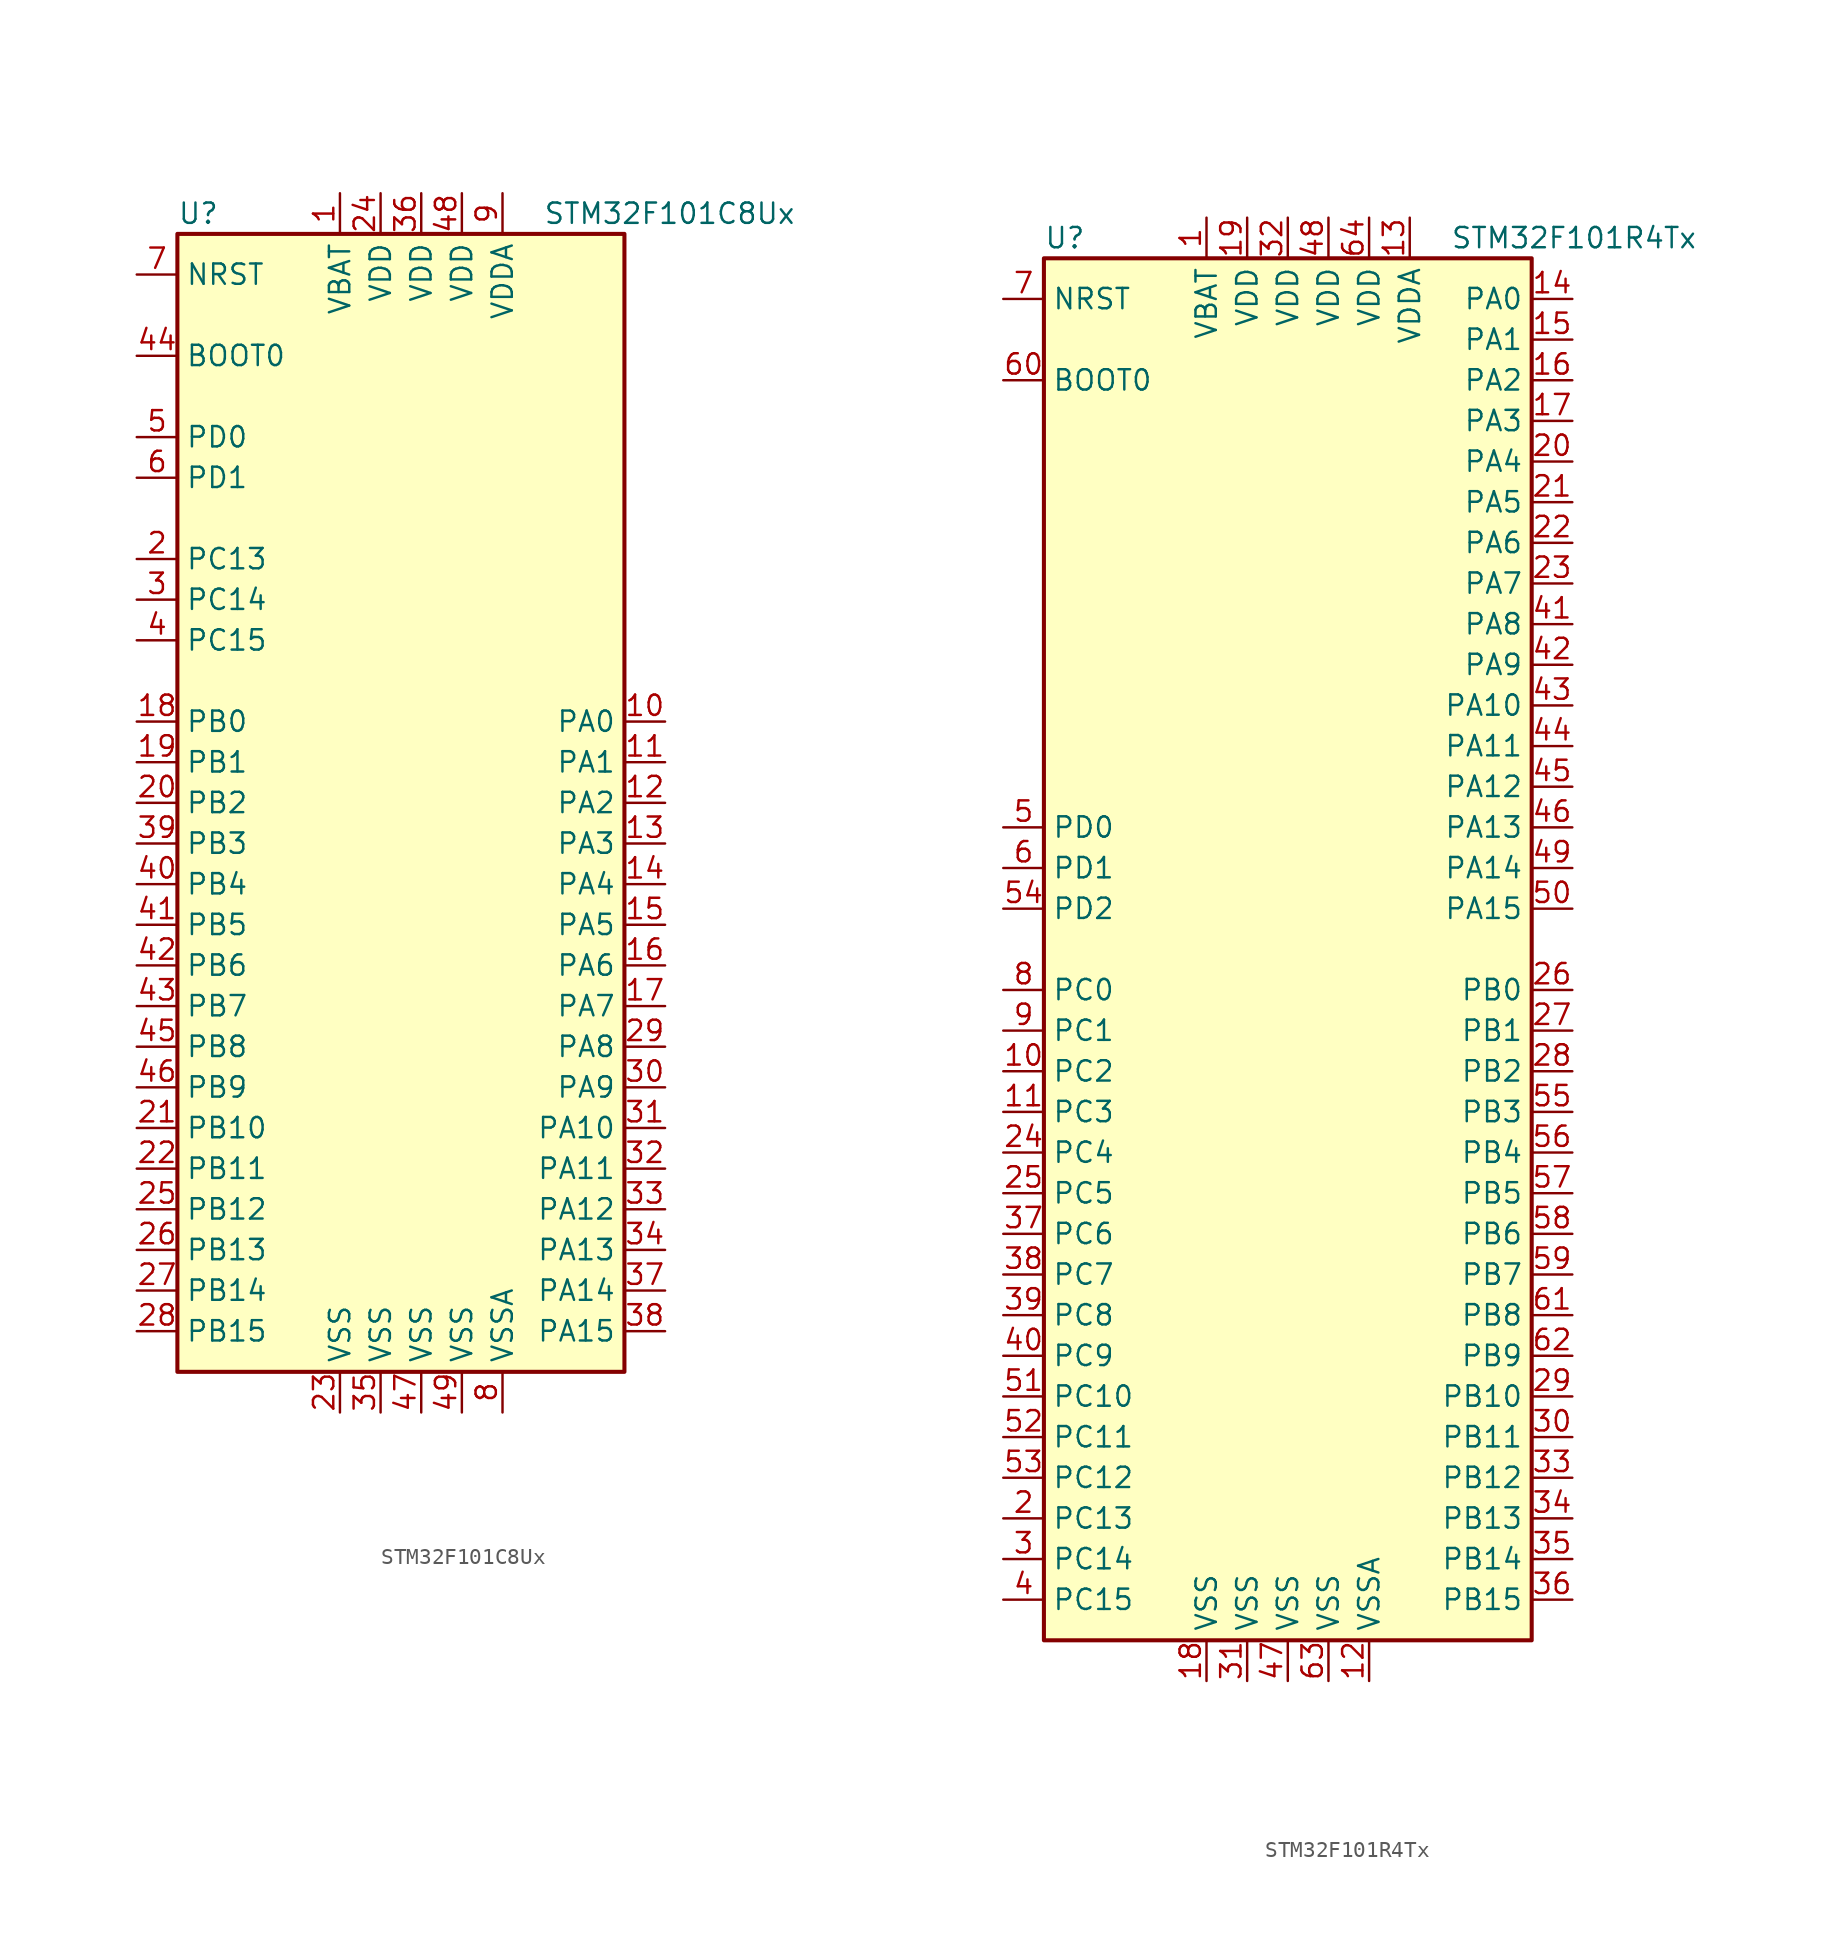
<source format=kicad_sym>
(kicad_symbol_lib
  (version 20201005)
  (generator kicad_symbol_editor)
  (symbol "STM32F101C8Ux"
    (property "Reference" "U"
      (at -15.24 36.83 0)
      (effects (font (size 1.27 1.27)) (justify left)))
    (property "Value" "STM32F101C8Ux"
      (at 7.62 36.83 0)
      (effects (font (size 1.27 1.27)) (justify left)))
    (symbol "STM32F101C8Ux_0_1"
      (rectangle (start -15.24 -35.56) (end 12.7 35.56) (stroke (width 0.254)) (fill (type background))))
    (symbol "STM32F101C8Ux_1_1"
      (pin input line (at -17.78 27.94 0) (length 2.54) (name "BOOT0" (effects (font (size 1.27 1.27)))) (number "44" (effects (font (size 1.27 1.27)))))
      (pin input line (at -17.78 33.02 0) (length 2.54) (name "NRST" (effects (font (size 1.27 1.27)))) (number "7" (effects (font (size 1.27 1.27)))))
      (pin bidirectional line (at 15.24 5.08 180) (length 2.54) (name "PA0" (effects (font (size 1.27 1.27)))) (number "10" (effects (font (size 1.27 1.27)))))
      (pin bidirectional line (at 15.24 2.54 180) (length 2.54) (name "PA1" (effects (font (size 1.27 1.27)))) (number "11" (effects (font (size 1.27 1.27)))))
      (pin bidirectional line (at 15.24 -20.32 180) (length 2.54) (name "PA10" (effects (font (size 1.27 1.27)))) (number "31" (effects (font (size 1.27 1.27)))))
      (pin bidirectional line (at 15.24 -22.86 180) (length 2.54) (name "PA11" (effects (font (size 1.27 1.27)))) (number "32" (effects (font (size 1.27 1.27)))))
      (pin bidirectional line (at 15.24 -25.4 180) (length 2.54) (name "PA12" (effects (font (size 1.27 1.27)))) (number "33" (effects (font (size 1.27 1.27)))))
      (pin bidirectional line (at 15.24 -27.94 180) (length 2.54) (name "PA13" (effects (font (size 1.27 1.27)))) (number "34" (effects (font (size 1.27 1.27)))))
      (pin bidirectional line (at 15.24 -30.48 180) (length 2.54) (name "PA14" (effects (font (size 1.27 1.27)))) (number "37" (effects (font (size 1.27 1.27)))))
      (pin bidirectional line (at 15.24 -33.02 180) (length 2.54) (name "PA15" (effects (font (size 1.27 1.27)))) (number "38" (effects (font (size 1.27 1.27)))))
      (pin bidirectional line (at 15.24 0 180) (length 2.54) (name "PA2" (effects (font (size 1.27 1.27)))) (number "12" (effects (font (size 1.27 1.27)))))
      (pin bidirectional line (at 15.24 -2.54 180) (length 2.54) (name "PA3" (effects (font (size 1.27 1.27)))) (number "13" (effects (font (size 1.27 1.27)))))
      (pin bidirectional line (at 15.24 -5.08 180) (length 2.54) (name "PA4" (effects (font (size 1.27 1.27)))) (number "14" (effects (font (size 1.27 1.27)))))
      (pin bidirectional line (at 15.24 -7.62 180) (length 2.54) (name "PA5" (effects (font (size 1.27 1.27)))) (number "15" (effects (font (size 1.27 1.27)))))
      (pin bidirectional line (at 15.24 -10.16 180) (length 2.54) (name "PA6" (effects (font (size 1.27 1.27)))) (number "16" (effects (font (size 1.27 1.27)))))
      (pin bidirectional line (at 15.24 -12.7 180) (length 2.54) (name "PA7" (effects (font (size 1.27 1.27)))) (number "17" (effects (font (size 1.27 1.27)))))
      (pin bidirectional line (at 15.24 -15.24 180) (length 2.54) (name "PA8" (effects (font (size 1.27 1.27)))) (number "29" (effects (font (size 1.27 1.27)))))
      (pin bidirectional line (at 15.24 -17.78 180) (length 2.54) (name "PA9" (effects (font (size 1.27 1.27)))) (number "30" (effects (font (size 1.27 1.27)))))
      (pin bidirectional line (at -17.78 5.08 0) (length 2.54) (name "PB0" (effects (font (size 1.27 1.27)))) (number "18" (effects (font (size 1.27 1.27)))))
      (pin bidirectional line (at -17.78 2.54 0) (length 2.54) (name "PB1" (effects (font (size 1.27 1.27)))) (number "19" (effects (font (size 1.27 1.27)))))
      (pin bidirectional line (at -17.78 -20.32 0) (length 2.54) (name "PB10" (effects (font (size 1.27 1.27)))) (number "21" (effects (font (size 1.27 1.27)))))
      (pin bidirectional line (at -17.78 -22.86 0) (length 2.54) (name "PB11" (effects (font (size 1.27 1.27)))) (number "22" (effects (font (size 1.27 1.27)))))
      (pin bidirectional line (at -17.78 -25.4 0) (length 2.54) (name "PB12" (effects (font (size 1.27 1.27)))) (number "25" (effects (font (size 1.27 1.27)))))
      (pin bidirectional line (at -17.78 -27.94 0) (length 2.54) (name "PB13" (effects (font (size 1.27 1.27)))) (number "26" (effects (font (size 1.27 1.27)))))
      (pin bidirectional line (at -17.78 -30.48 0) (length 2.54) (name "PB14" (effects (font (size 1.27 1.27)))) (number "27" (effects (font (size 1.27 1.27)))))
      (pin bidirectional line (at -17.78 -33.02 0) (length 2.54) (name "PB15" (effects (font (size 1.27 1.27)))) (number "28" (effects (font (size 1.27 1.27)))))
      (pin bidirectional line (at -17.78 0 0) (length 2.54) (name "PB2" (effects (font (size 1.27 1.27)))) (number "20" (effects (font (size 1.27 1.27)))))
      (pin bidirectional line (at -17.78 -2.54 0) (length 2.54) (name "PB3" (effects (font (size 1.27 1.27)))) (number "39" (effects (font (size 1.27 1.27)))))
      (pin bidirectional line (at -17.78 -5.08 0) (length 2.54) (name "PB4" (effects (font (size 1.27 1.27)))) (number "40" (effects (font (size 1.27 1.27)))))
      (pin bidirectional line (at -17.78 -7.62 0) (length 2.54) (name "PB5" (effects (font (size 1.27 1.27)))) (number "41" (effects (font (size 1.27 1.27)))))
      (pin bidirectional line (at -17.78 -10.16 0) (length 2.54) (name "PB6" (effects (font (size 1.27 1.27)))) (number "42" (effects (font (size 1.27 1.27)))))
      (pin bidirectional line (at -17.78 -12.7 0) (length 2.54) (name "PB7" (effects (font (size 1.27 1.27)))) (number "43" (effects (font (size 1.27 1.27)))))
      (pin bidirectional line (at -17.78 -15.24 0) (length 2.54) (name "PB8" (effects (font (size 1.27 1.27)))) (number "45" (effects (font (size 1.27 1.27)))))
      (pin bidirectional line (at -17.78 -17.78 0) (length 2.54) (name "PB9" (effects (font (size 1.27 1.27)))) (number "46" (effects (font (size 1.27 1.27)))))
      (pin bidirectional line (at -17.78 15.24 0) (length 2.54) (name "PC13" (effects (font (size 1.27 1.27)))) (number "2" (effects (font (size 1.27 1.27)))))
      (pin bidirectional line (at -17.78 12.7 0) (length 2.54) (name "PC14" (effects (font (size 1.27 1.27)))) (number "3" (effects (font (size 1.27 1.27)))))
      (pin bidirectional line (at -17.78 10.16 0) (length 2.54) (name "PC15" (effects (font (size 1.27 1.27)))) (number "4" (effects (font (size 1.27 1.27)))))
      (pin input line (at -17.78 22.86 0) (length 2.54) (name "PD0" (effects (font (size 1.27 1.27)))) (number "5" (effects (font (size 1.27 1.27)))))
      (pin input line (at -17.78 20.32 0) (length 2.54) (name "PD1" (effects (font (size 1.27 1.27)))) (number "6" (effects (font (size 1.27 1.27)))))
      (pin power_in line (at -5.08 38.1 270) (length 2.54) (name "VBAT" (effects (font (size 1.27 1.27)))) (number "1" (effects (font (size 1.27 1.27)))))
      (pin power_in line (at -2.54 38.1 270) (length 2.54) (name "VDD" (effects (font (size 1.27 1.27)))) (number "24" (effects (font (size 1.27 1.27)))))
      (pin power_in line (at 0 38.1 270) (length 2.54) (name "VDD" (effects (font (size 1.27 1.27)))) (number "36" (effects (font (size 1.27 1.27)))))
      (pin power_in line (at 2.54 38.1 270) (length 2.54) (name "VDD" (effects (font (size 1.27 1.27)))) (number "48" (effects (font (size 1.27 1.27)))))
      (pin power_in line (at 5.08 38.1 270) (length 2.54) (name "VDDA" (effects (font (size 1.27 1.27)))) (number "9" (effects (font (size 1.27 1.27)))))
      (pin power_in line (at -5.08 -38.1 90) (length 2.54) (name "VSS" (effects (font (size 1.27 1.27)))) (number "23" (effects (font (size 1.27 1.27)))))
      (pin power_in line (at -2.54 -38.1 90) (length 2.54) (name "VSS" (effects (font (size 1.27 1.27)))) (number "35" (effects (font (size 1.27 1.27)))))
      (pin power_in line (at 0 -38.1 90) (length 2.54) (name "VSS" (effects (font (size 1.27 1.27)))) (number "47" (effects (font (size 1.27 1.27)))))
      (pin power_in line (at 2.54 -38.1 90) (length 2.54) (name "VSS" (effects (font (size 1.27 1.27)))) (number "49" (effects (font (size 1.27 1.27)))))
      (pin power_in line (at 5.08 -38.1 90) (length 2.54) (name "VSSA" (effects (font (size 1.27 1.27)))) (number "8" (effects (font (size 1.27 1.27)))))))
  (symbol "STM32F101R4Tx"
    (property "Reference" "U"
      (at -15.24 44.45 0)
      (effects (font (size 1.27 1.27)) (justify left)))
    (property "Value" "STM32F101R4Tx"
      (at 10.16 44.45 0)
      (effects (font (size 1.27 1.27)) (justify left)))
    (symbol "STM32F101R4Tx_0_1"
      (rectangle (start -15.24 -43.18) (end 15.24 43.18) (stroke (width 0.254)) (fill (type background))))
    (symbol "STM32F101R4Tx_1_1"
      (pin input line (at -17.78 35.56 0) (length 2.54) (name "BOOT0" (effects (font (size 1.27 1.27)))) (number "60" (effects (font (size 1.27 1.27)))))
      (pin input line (at -17.78 40.64 0) (length 2.54) (name "NRST" (effects (font (size 1.27 1.27)))) (number "7" (effects (font (size 1.27 1.27)))))
      (pin bidirectional line (at 17.78 40.64 180) (length 2.54) (name "PA0" (effects (font (size 1.27 1.27)))) (number "14" (effects (font (size 1.27 1.27)))))
      (pin bidirectional line (at 17.78 38.1 180) (length 2.54) (name "PA1" (effects (font (size 1.27 1.27)))) (number "15" (effects (font (size 1.27 1.27)))))
      (pin bidirectional line (at 17.78 15.24 180) (length 2.54) (name "PA10" (effects (font (size 1.27 1.27)))) (number "43" (effects (font (size 1.27 1.27)))))
      (pin bidirectional line (at 17.78 12.7 180) (length 2.54) (name "PA11" (effects (font (size 1.27 1.27)))) (number "44" (effects (font (size 1.27 1.27)))))
      (pin bidirectional line (at 17.78 10.16 180) (length 2.54) (name "PA12" (effects (font (size 1.27 1.27)))) (number "45" (effects (font (size 1.27 1.27)))))
      (pin bidirectional line (at 17.78 7.62 180) (length 2.54) (name "PA13" (effects (font (size 1.27 1.27)))) (number "46" (effects (font (size 1.27 1.27)))))
      (pin bidirectional line (at 17.78 5.08 180) (length 2.54) (name "PA14" (effects (font (size 1.27 1.27)))) (number "49" (effects (font (size 1.27 1.27)))))
      (pin bidirectional line (at 17.78 2.54 180) (length 2.54) (name "PA15" (effects (font (size 1.27 1.27)))) (number "50" (effects (font (size 1.27 1.27)))))
      (pin bidirectional line (at 17.78 35.56 180) (length 2.54) (name "PA2" (effects (font (size 1.27 1.27)))) (number "16" (effects (font (size 1.27 1.27)))))
      (pin bidirectional line (at 17.78 33.02 180) (length 2.54) (name "PA3" (effects (font (size 1.27 1.27)))) (number "17" (effects (font (size 1.27 1.27)))))
      (pin bidirectional line (at 17.78 30.48 180) (length 2.54) (name "PA4" (effects (font (size 1.27 1.27)))) (number "20" (effects (font (size 1.27 1.27)))))
      (pin bidirectional line (at 17.78 27.94 180) (length 2.54) (name "PA5" (effects (font (size 1.27 1.27)))) (number "21" (effects (font (size 1.27 1.27)))))
      (pin bidirectional line (at 17.78 25.4 180) (length 2.54) (name "PA6" (effects (font (size 1.27 1.27)))) (number "22" (effects (font (size 1.27 1.27)))))
      (pin bidirectional line (at 17.78 22.86 180) (length 2.54) (name "PA7" (effects (font (size 1.27 1.27)))) (number "23" (effects (font (size 1.27 1.27)))))
      (pin bidirectional line (at 17.78 20.32 180) (length 2.54) (name "PA8" (effects (font (size 1.27 1.27)))) (number "41" (effects (font (size 1.27 1.27)))))
      (pin bidirectional line (at 17.78 17.78 180) (length 2.54) (name "PA9" (effects (font (size 1.27 1.27)))) (number "42" (effects (font (size 1.27 1.27)))))
      (pin bidirectional line (at 17.78 -2.54 180) (length 2.54) (name "PB0" (effects (font (size 1.27 1.27)))) (number "26" (effects (font (size 1.27 1.27)))))
      (pin bidirectional line (at 17.78 -5.08 180) (length 2.54) (name "PB1" (effects (font (size 1.27 1.27)))) (number "27" (effects (font (size 1.27 1.27)))))
      (pin bidirectional line (at 17.78 -27.94 180) (length 2.54) (name "PB10" (effects (font (size 1.27 1.27)))) (number "29" (effects (font (size 1.27 1.27)))))
      (pin bidirectional line (at 17.78 -30.48 180) (length 2.54) (name "PB11" (effects (font (size 1.27 1.27)))) (number "30" (effects (font (size 1.27 1.27)))))
      (pin bidirectional line (at 17.78 -33.02 180) (length 2.54) (name "PB12" (effects (font (size 1.27 1.27)))) (number "33" (effects (font (size 1.27 1.27)))))
      (pin bidirectional line (at 17.78 -35.56 180) (length 2.54) (name "PB13" (effects (font (size 1.27 1.27)))) (number "34" (effects (font (size 1.27 1.27)))))
      (pin bidirectional line (at 17.78 -38.1 180) (length 2.54) (name "PB14" (effects (font (size 1.27 1.27)))) (number "35" (effects (font (size 1.27 1.27)))))
      (pin bidirectional line (at 17.78 -40.64 180) (length 2.54) (name "PB15" (effects (font (size 1.27 1.27)))) (number "36" (effects (font (size 1.27 1.27)))))
      (pin bidirectional line (at 17.78 -7.62 180) (length 2.54) (name "PB2" (effects (font (size 1.27 1.27)))) (number "28" (effects (font (size 1.27 1.27)))))
      (pin bidirectional line (at 17.78 -10.16 180) (length 2.54) (name "PB3" (effects (font (size 1.27 1.27)))) (number "55" (effects (font (size 1.27 1.27)))))
      (pin bidirectional line (at 17.78 -12.7 180) (length 2.54) (name "PB4" (effects (font (size 1.27 1.27)))) (number "56" (effects (font (size 1.27 1.27)))))
      (pin bidirectional line (at 17.78 -15.24 180) (length 2.54) (name "PB5" (effects (font (size 1.27 1.27)))) (number "57" (effects (font (size 1.27 1.27)))))
      (pin bidirectional line (at 17.78 -17.78 180) (length 2.54) (name "PB6" (effects (font (size 1.27 1.27)))) (number "58" (effects (font (size 1.27 1.27)))))
      (pin bidirectional line (at 17.78 -20.32 180) (length 2.54) (name "PB7" (effects (font (size 1.27 1.27)))) (number "59" (effects (font (size 1.27 1.27)))))
      (pin bidirectional line (at 17.78 -22.86 180) (length 2.54) (name "PB8" (effects (font (size 1.27 1.27)))) (number "61" (effects (font (size 1.27 1.27)))))
      (pin bidirectional line (at 17.78 -25.4 180) (length 2.54) (name "PB9" (effects (font (size 1.27 1.27)))) (number "62" (effects (font (size 1.27 1.27)))))
      (pin bidirectional line (at -17.78 -2.54 0) (length 2.54) (name "PC0" (effects (font (size 1.27 1.27)))) (number "8" (effects (font (size 1.27 1.27)))))
      (pin bidirectional line (at -17.78 -5.08 0) (length 2.54) (name "PC1" (effects (font (size 1.27 1.27)))) (number "9" (effects (font (size 1.27 1.27)))))
      (pin bidirectional line (at -17.78 -27.94 0) (length 2.54) (name "PC10" (effects (font (size 1.27 1.27)))) (number "51" (effects (font (size 1.27 1.27)))))
      (pin bidirectional line (at -17.78 -30.48 0) (length 2.54) (name "PC11" (effects (font (size 1.27 1.27)))) (number "52" (effects (font (size 1.27 1.27)))))
      (pin bidirectional line (at -17.78 -33.02 0) (length 2.54) (name "PC12" (effects (font (size 1.27 1.27)))) (number "53" (effects (font (size 1.27 1.27)))))
      (pin bidirectional line (at -17.78 -35.56 0) (length 2.54) (name "PC13" (effects (font (size 1.27 1.27)))) (number "2" (effects (font (size 1.27 1.27)))))
      (pin bidirectional line (at -17.78 -38.1 0) (length 2.54) (name "PC14" (effects (font (size 1.27 1.27)))) (number "3" (effects (font (size 1.27 1.27)))))
      (pin bidirectional line (at -17.78 -40.64 0) (length 2.54) (name "PC15" (effects (font (size 1.27 1.27)))) (number "4" (effects (font (size 1.27 1.27)))))
      (pin bidirectional line (at -17.78 -7.62 0) (length 2.54) (name "PC2" (effects (font (size 1.27 1.27)))) (number "10" (effects (font (size 1.27 1.27)))))
      (pin bidirectional line (at -17.78 -10.16 0) (length 2.54) (name "PC3" (effects (font (size 1.27 1.27)))) (number "11" (effects (font (size 1.27 1.27)))))
      (pin bidirectional line (at -17.78 -12.7 0) (length 2.54) (name "PC4" (effects (font (size 1.27 1.27)))) (number "24" (effects (font (size 1.27 1.27)))))
      (pin bidirectional line (at -17.78 -15.24 0) (length 2.54) (name "PC5" (effects (font (size 1.27 1.27)))) (number "25" (effects (font (size 1.27 1.27)))))
      (pin bidirectional line (at -17.78 -17.78 0) (length 2.54) (name "PC6" (effects (font (size 1.27 1.27)))) (number "37" (effects (font (size 1.27 1.27)))))
      (pin bidirectional line (at -17.78 -20.32 0) (length 2.54) (name "PC7" (effects (font (size 1.27 1.27)))) (number "38" (effects (font (size 1.27 1.27)))))
      (pin bidirectional line (at -17.78 -22.86 0) (length 2.54) (name "PC8" (effects (font (size 1.27 1.27)))) (number "39" (effects (font (size 1.27 1.27)))))
      (pin bidirectional line (at -17.78 -25.4 0) (length 2.54) (name "PC9" (effects (font (size 1.27 1.27)))) (number "40" (effects (font (size 1.27 1.27)))))
      (pin input line (at -17.78 7.62 0) (length 2.54) (name "PD0" (effects (font (size 1.27 1.27)))) (number "5" (effects (font (size 1.27 1.27)))))
      (pin input line (at -17.78 5.08 0) (length 2.54) (name "PD1" (effects (font (size 1.27 1.27)))) (number "6" (effects (font (size 1.27 1.27)))))
      (pin bidirectional line (at -17.78 2.54 0) (length 2.54) (name "PD2" (effects (font (size 1.27 1.27)))) (number "54" (effects (font (size 1.27 1.27)))))
      (pin power_in line (at -5.08 45.72 270) (length 2.54) (name "VBAT" (effects (font (size 1.27 1.27)))) (number "1" (effects (font (size 1.27 1.27)))))
      (pin power_in line (at -2.54 45.72 270) (length 2.54) (name "VDD" (effects (font (size 1.27 1.27)))) (number "19" (effects (font (size 1.27 1.27)))))
      (pin power_in line (at 0 45.72 270) (length 2.54) (name "VDD" (effects (font (size 1.27 1.27)))) (number "32" (effects (font (size 1.27 1.27)))))
      (pin power_in line (at 2.54 45.72 270) (length 2.54) (name "VDD" (effects (font (size 1.27 1.27)))) (number "48" (effects (font (size 1.27 1.27)))))
      (pin power_in line (at 5.08 45.72 270) (length 2.54) (name "VDD" (effects (font (size 1.27 1.27)))) (number "64" (effects (font (size 1.27 1.27)))))
      (pin power_in line (at 7.62 45.72 270) (length 2.54) (name "VDDA" (effects (font (size 1.27 1.27)))) (number "13" (effects (font (size 1.27 1.27)))))
      (pin power_in line (at -5.08 -45.72 90) (length 2.54) (name "VSS" (effects (font (size 1.27 1.27)))) (number "18" (effects (font (size 1.27 1.27)))))
      (pin power_in line (at -2.54 -45.72 90) (length 2.54) (name "VSS" (effects (font (size 1.27 1.27)))) (number "31" (effects (font (size 1.27 1.27)))))
      (pin power_in line (at 0 -45.72 90) (length 2.54) (name "VSS" (effects (font (size 1.27 1.27)))) (number "47" (effects (font (size 1.27 1.27)))))
      (pin power_in line (at 2.54 -45.72 90) (length 2.54) (name "VSS" (effects (font (size 1.27 1.27)))) (number "63" (effects (font (size 1.27 1.27)))))
      (pin power_in line (at 5.08 -45.72 90) (length 2.54) (name "VSSA" (effects (font (size 1.27 1.27)))) (number "12" (effects (font (size 1.27 1.27))))))))
</source>
